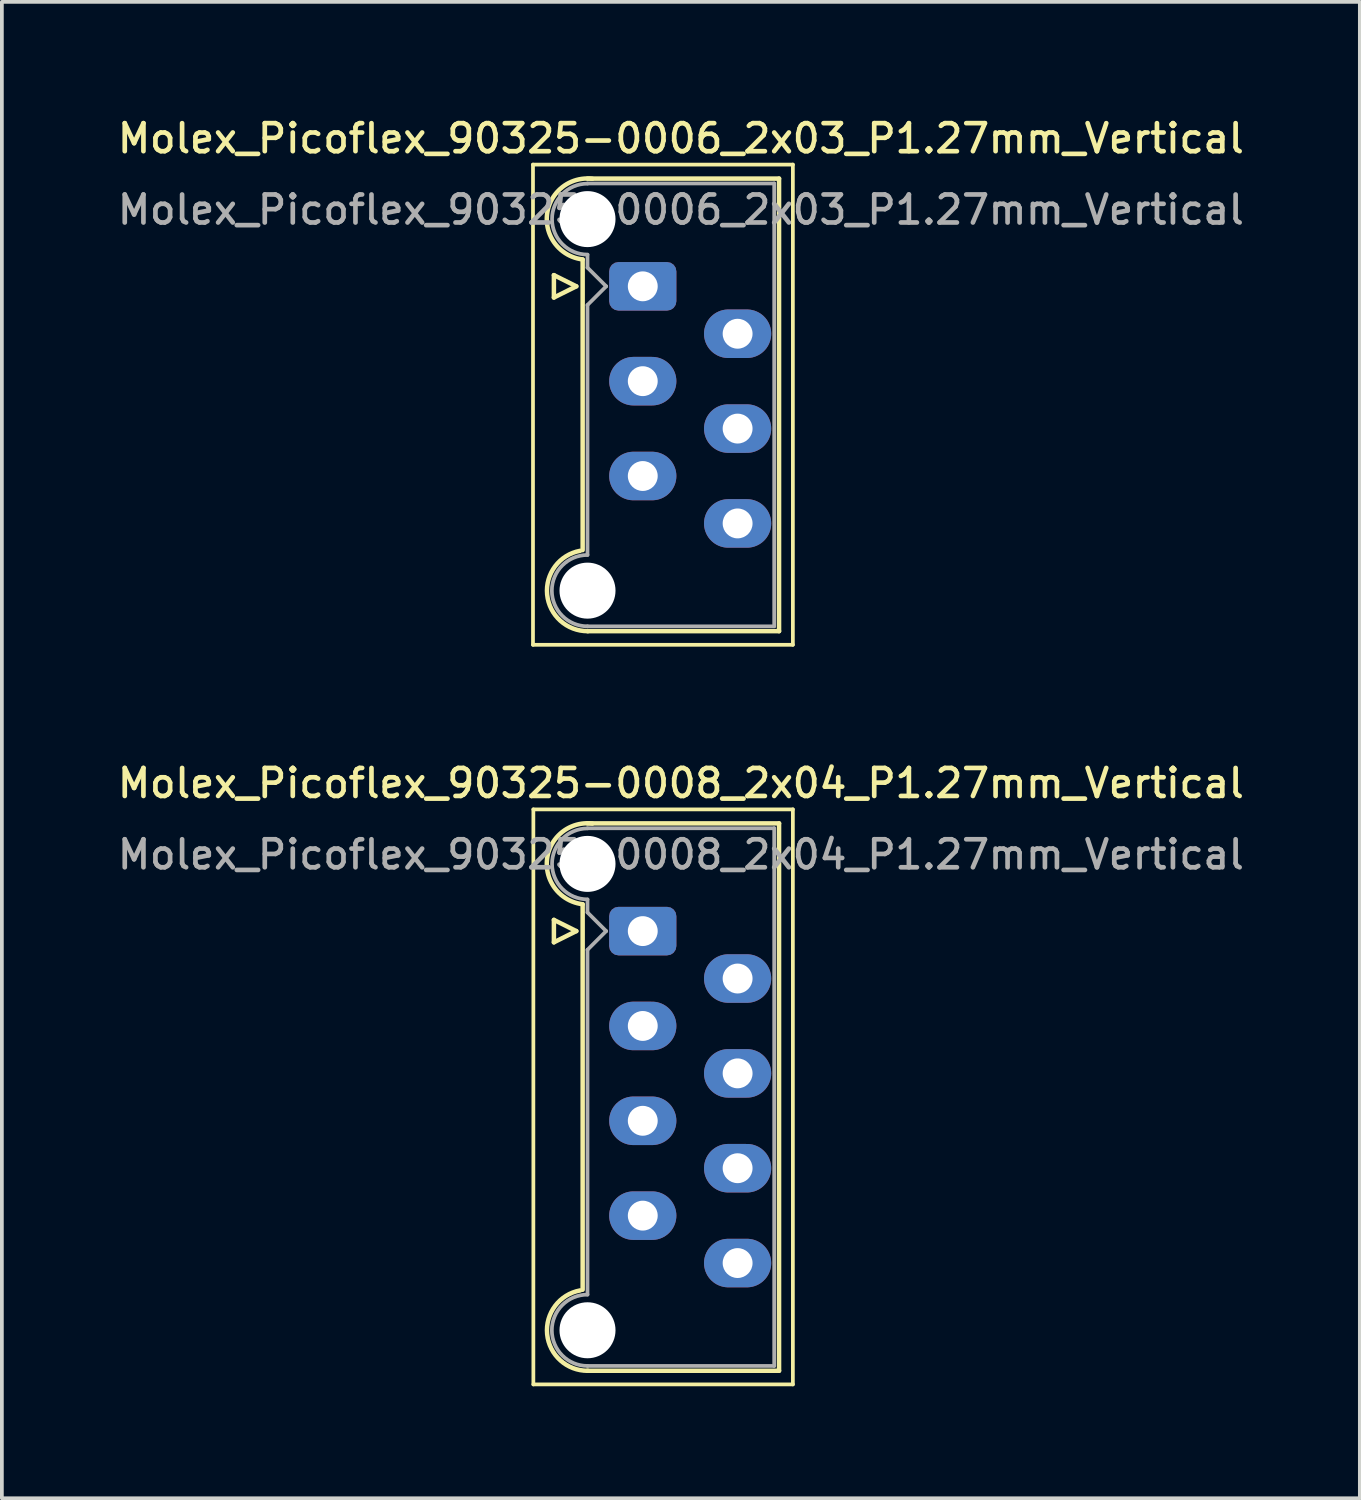
<source format=kicad_pcb>
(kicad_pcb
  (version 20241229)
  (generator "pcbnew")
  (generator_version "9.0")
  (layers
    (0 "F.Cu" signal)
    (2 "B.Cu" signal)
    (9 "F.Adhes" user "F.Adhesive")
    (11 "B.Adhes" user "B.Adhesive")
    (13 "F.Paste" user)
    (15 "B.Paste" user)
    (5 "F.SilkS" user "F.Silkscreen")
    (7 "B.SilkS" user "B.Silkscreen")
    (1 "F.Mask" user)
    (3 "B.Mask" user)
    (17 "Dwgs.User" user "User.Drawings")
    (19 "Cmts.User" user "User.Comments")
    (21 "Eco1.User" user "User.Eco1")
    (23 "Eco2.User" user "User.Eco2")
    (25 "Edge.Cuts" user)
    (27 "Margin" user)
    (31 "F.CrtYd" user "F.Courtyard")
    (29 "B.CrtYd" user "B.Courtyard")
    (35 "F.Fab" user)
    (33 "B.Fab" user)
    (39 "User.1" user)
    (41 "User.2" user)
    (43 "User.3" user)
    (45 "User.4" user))
  (footprint "Molex_Picoflex_90325-0006_2x03_P1.27mm_Vertical"
    (layer "F.Cu")
    (at 14.164 4.618)
    (property "Reference" "Molex_Picoflex_90325-0006_2x03_P1.27mm_Vertical" (at 1.02 -3.96 0) (layer "F.SilkS") (effects (font (size 0.75 0.75) (thickness 0.125))))
    (attr through_hole)
    (fp_line (start -2.94 -3.26) (end -2.94 9.6) (stroke (width 0.1) (type solid)) (layer "F.SilkS"))
    (fp_line (start -2.94 9.6) (end 4.02 9.6) (stroke (width 0.1) (type solid)) (layer "F.SilkS"))
    (fp_line (start -2.38 -0.3) (end -2.38 0.3) (stroke (width 0.12) (type solid)) (layer "F.SilkS"))
    (fp_line (start -2.38 0.3) (end -1.78 0) (stroke (width 0.12) (type solid)) (layer "F.SilkS"))
    (fp_line (start -1.78 0) (end -2.38 -0.3) (stroke (width 0.12) (type solid)) (layer "F.SilkS"))
    (fp_line (start -1.61 -0.715) (end -1.61 7.065) (stroke (width 0.12) (type solid)) (layer "F.SilkS"))
    (fp_line (start -1.48 -2.885) (end 3.65 -2.885) (stroke (width 0.12) (type solid)) (layer "F.SilkS"))
    (fp_line (start 3.65 -2.885) (end 3.65 9.235) (stroke (width 0.12) (type solid)) (layer "F.SilkS"))
    (fp_line (start 3.65 9.235) (end -1.48 9.235) (stroke (width 0.12) (type solid)) (layer "F.SilkS"))
    (fp_line (start 4.02 -3.26) (end -2.94 -3.26) (stroke (width 0.1) (type solid)) (layer "F.SilkS"))
    (fp_line (start 4.02 9.6) (end 4.02 -3.26) (stroke (width 0.1) (type solid)) (layer "F.SilkS"))
    (fp_arc (start -1.61 -0.72) (mid -2.56 -1.93) (end -1.35 -2.88) (stroke (width 0.12) (type solid)) (layer "F.SilkS"))
    (fp_arc (start -1.47 9.235) (mid -2.56 8.254526) (end -1.678256 7.08322) (stroke (width 0.12) (type solid)) (layer "F.SilkS"))
    (fp_line (start -1.48 -2.755) (end 3.52 -2.755) (stroke (width 0.1) (type solid)) (layer "F.Fab"))
    (fp_line (start -1.48 -0.845) (end -1.48 -0.5) (stroke (width 0.1) (type solid)) (layer "F.Fab"))
    (fp_line (start -1.48 -0.5) (end -0.98 0) (stroke (width 0.1) (type solid)) (layer "F.Fab"))
    (fp_line (start -1.48 0.5) (end -1.48 7.195) (stroke (width 0.1) (type solid)) (layer "F.Fab"))
    (fp_line (start -0.98 0) (end -1.48 0.5) (stroke (width 0.1) (type solid)) (layer "F.Fab"))
    (fp_line (start 3.52 -2.755) (end 3.52 9.105) (stroke (width 0.1) (type solid)) (layer "F.Fab"))
    (fp_line (start 3.52 9.105) (end -1.48 9.105) (stroke (width 0.1) (type solid)) (layer "F.Fab"))
    (fp_arc (start -1.48 -0.85) (mid -2.43 -1.8) (end -1.48 -2.75) (stroke (width 0.1) (type solid)) (layer "F.Fab"))
    (fp_arc (start -1.48 9.105) (mid -2.435 8.15) (end -1.48 7.195) (stroke (width 0.1) (type solid)) (layer "F.Fab"))
    (fp_text user "${REFERENCE}" (at 1.02 -2.05 0) (layer "F.Fab") (effects (font (size 0.75 0.75) (thickness 0.125))))
    (pad "" np_thru_hole circle (at -1.48 -1.8) (size 1.5 1.5) (drill 1.5) (layers "*.Cu" "*.Mask"))
    (pad "" np_thru_hole circle (at -1.48 8.15) (size 1.5 1.5) (drill 1.5) (layers "*.Cu" "*.Mask"))
    (pad "1" thru_hole roundrect (at 0 0) (size 1.8 1.3) (drill 0.8) (layers "*.Cu" "*.Mask") (roundrect_rratio 0.192))
    (pad "2" thru_hole oval (at 2.54 1.27) (size 1.8 1.3) (drill 0.8) (layers "*.Cu" "*.Mask"))
    (pad "3" thru_hole oval (at 0 2.54) (size 1.8 1.3) (drill 0.8) (layers "*.Cu" "*.Mask"))
    (pad "4" thru_hole oval (at 2.54 3.81) (size 1.8 1.3) (drill 0.8) (layers "*.Cu" "*.Mask"))
    (pad "5" thru_hole oval (at 0 5.08) (size 1.8 1.3) (drill 0.8) (layers "*.Cu" "*.Mask"))
    (pad "6" thru_hole oval (at 2.54 6.35) (size 1.8 1.3) (drill 0.8) (layers "*.Cu" "*.Mask")))
  (footprint "Molex_Picoflex_90325-0008_2x04_P1.27mm_Vertical"
    (layer "F.Cu")
    (at 14.164 21.886)
    (property "Reference" "Molex_Picoflex_90325-0008_2x04_P1.27mm_Vertical" (at 1.02 -3.96 0) (layer "F.SilkS") (effects (font (size 0.75 0.75) (thickness 0.125))))
    (attr through_hole)
    (fp_line (start -2.93 -3.26) (end -2.93 12.14) (stroke (width 0.1) (type solid)) (layer "F.SilkS"))
    (fp_line (start -2.93 12.14) (end 4.02 12.14) (stroke (width 0.1) (type solid)) (layer "F.SilkS"))
    (fp_line (start -2.38 -0.3) (end -2.38 0.3) (stroke (width 0.12) (type solid)) (layer "F.SilkS"))
    (fp_line (start -2.38 0.3) (end -1.78 0) (stroke (width 0.12) (type solid)) (layer "F.SilkS"))
    (fp_line (start -1.78 0) (end -2.38 -0.3) (stroke (width 0.12) (type solid)) (layer "F.SilkS"))
    (fp_line (start -1.61 -0.715) (end -1.61 9.605) (stroke (width 0.12) (type solid)) (layer "F.SilkS"))
    (fp_line (start -1.48 -2.885) (end 3.65 -2.885) (stroke (width 0.12) (type solid)) (layer "F.SilkS"))
    (fp_line (start 3.65 -2.885) (end 3.65 11.775) (stroke (width 0.12) (type solid)) (layer "F.SilkS"))
    (fp_line (start 3.65 11.775) (end -1.48 11.775) (stroke (width 0.12) (type solid)) (layer "F.SilkS"))
    (fp_line (start 4.02 -3.26) (end -2.93 -3.26) (stroke (width 0.1) (type solid)) (layer "F.SilkS"))
    (fp_line (start 4.02 12.14) (end 4.02 -3.26) (stroke (width 0.1) (type solid)) (layer "F.SilkS"))
    (fp_arc (start -1.61 -0.72) (mid -2.56 -1.93) (end -1.35 -2.88) (stroke (width 0.12) (type solid)) (layer "F.SilkS"))
    (fp_arc (start -1.47 11.775) (mid -2.56 10.794526) (end -1.678256 9.62322) (stroke (width 0.12) (type solid)) (layer "F.SilkS"))
    (fp_line (start -1.48 -2.755) (end 3.52 -2.755) (stroke (width 0.1) (type solid)) (layer "F.Fab"))
    (fp_line (start -1.48 -0.845) (end -1.48 -0.5) (stroke (width 0.1) (type solid)) (layer "F.Fab"))
    (fp_line (start -1.48 -0.5) (end -0.98 0) (stroke (width 0.1) (type solid)) (layer "F.Fab"))
    (fp_line (start -1.48 0.5) (end -1.48 9.735) (stroke (width 0.1) (type solid)) (layer "F.Fab"))
    (fp_line (start -0.98 0) (end -1.48 0.5) (stroke (width 0.1) (type solid)) (layer "F.Fab"))
    (fp_line (start 3.52 -2.755) (end 3.52 11.645) (stroke (width 0.1) (type solid)) (layer "F.Fab"))
    (fp_line (start 3.52 11.645) (end -1.48 11.645) (stroke (width 0.1) (type solid)) (layer "F.Fab"))
    (fp_arc (start -1.48 -0.85) (mid -2.43 -1.8) (end -1.48 -2.75) (stroke (width 0.1) (type solid)) (layer "F.Fab"))
    (fp_arc (start -1.48 11.645) (mid -2.435 10.69) (end -1.48 9.735) (stroke (width 0.1) (type solid)) (layer "F.Fab"))
    (fp_text user "${REFERENCE}" (at 1.02 -2.05 0) (layer "F.Fab") (effects (font (size 0.75 0.75) (thickness 0.125))))
    (pad "" np_thru_hole circle (at -1.48 -1.8) (size 1.5 1.5) (drill 1.5) (layers "*.Cu" "*.Mask"))
    (pad "" np_thru_hole circle (at -1.48 10.69) (size 1.5 1.5) (drill 1.5) (layers "*.Cu" "*.Mask"))
    (pad "1" thru_hole roundrect (at 0 0) (size 1.8 1.3) (drill 0.8) (layers "*.Cu" "*.Mask") (roundrect_rratio 0.192))
    (pad "2" thru_hole oval (at 2.54 1.27) (size 1.8 1.3) (drill 0.8) (layers "*.Cu" "*.Mask"))
    (pad "3" thru_hole oval (at 0 2.54) (size 1.8 1.3) (drill 0.8) (layers "*.Cu" "*.Mask"))
    (pad "4" thru_hole oval (at 2.54 3.81) (size 1.8 1.3) (drill 0.8) (layers "*.Cu" "*.Mask"))
    (pad "5" thru_hole oval (at 0 5.08) (size 1.8 1.3) (drill 0.8) (layers "*.Cu" "*.Mask"))
    (pad "6" thru_hole oval (at 2.54 6.35) (size 1.8 1.3) (drill 0.8) (layers "*.Cu" "*.Mask"))
    (pad "7" thru_hole oval (at 0 7.62) (size 1.8 1.3) (drill 0.8) (layers "*.Cu" "*.Mask"))
    (pad "8" thru_hole oval (at 2.54 8.89) (size 1.8 1.3) (drill 0.8) (layers "*.Cu" "*.Mask")))
  (gr_rect
    (start -3 -3)
    (end 33.368 37.076)
    (stroke (width 0.1) (type default))
    (fill no)
    (layer "Edge.Cuts")))
</source>
